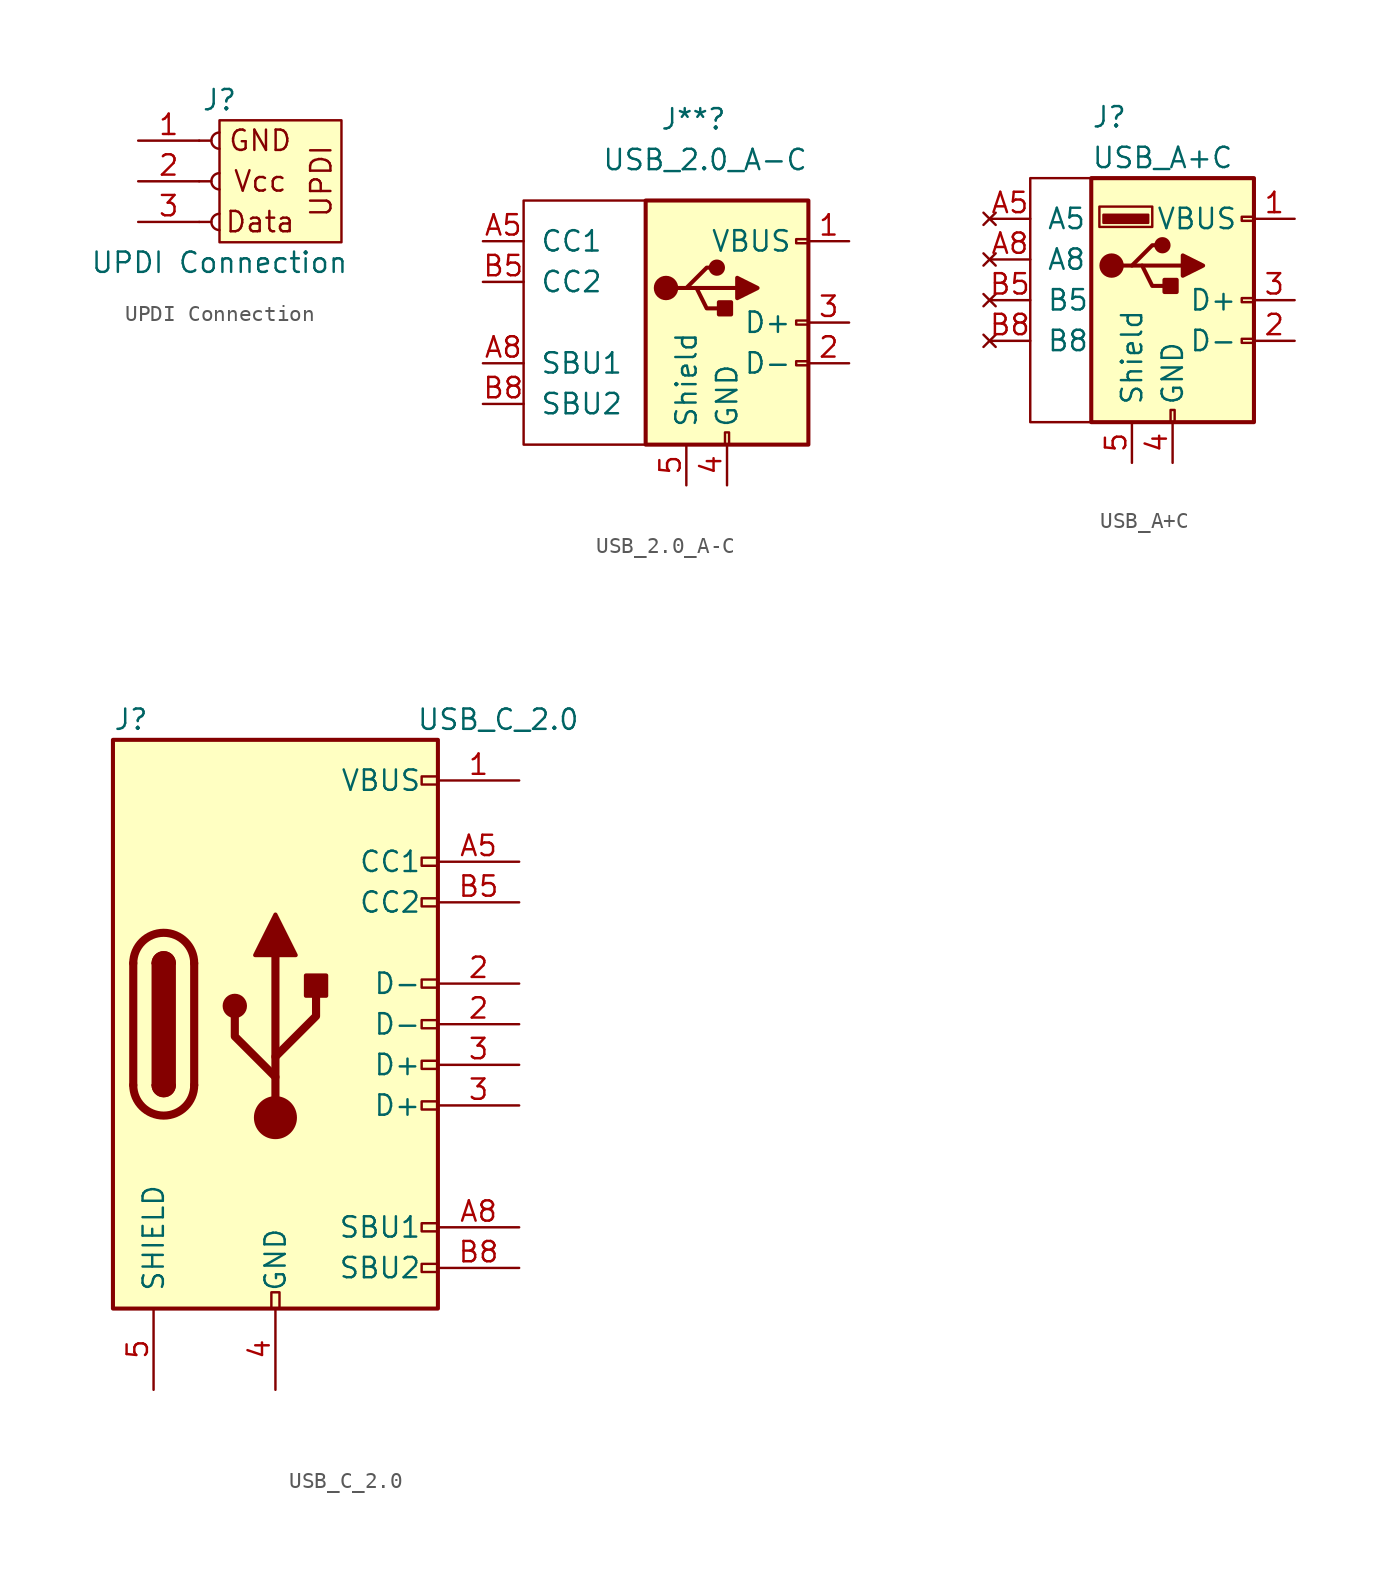
<source format=kicad_sym>
(kicad_symbol_lib
  (version 20211014)
  (generator kicad_symbol_editor)
  (symbol "UPDI Connection"
    (pin_names
      (offset 1.016) hide)
    (property "Reference" "J"
      (at 0 5.08 0)
      (effects (font (size 1.27 1.27))))
    (property "Value" "UPDI Connection"
      (at 0 -5.08 0)
      (effects (font (size 1.27 1.27))))
    (symbol "UPDI Connection_0_0"
      (text "Data" (at 2.54 -2.54 0) (effects (font (size 1.27 1.27))))
      (text "GND" (at 2.54 2.54 0) (effects (font (size 1.27 1.27))))
      (text "UPDI" (at 6.35 0 900) (effects (font (size 1.27 1.27))))
      (text "Vcc" (at 2.54 0 0) (effects (font (size 1.27 1.27)))))
    (symbol "UPDI Connection_0_1"
      (rectangle (start 7.62 3.81) (end 0 -3.81) (stroke (width 0) (type default) (color 0 0 0 0)) (fill (type background))))
    (symbol "UPDI Connection_1_1"
      (arc (start 0 -2.032) (mid -0.508 -2.54) (end 0 -3.048) (stroke (width 0.1524) (type default) (color 0 0 0 0)) (fill (type none)))
      (polyline (pts (xy -1.27 -2.54) (xy -0.508 -2.54)) (stroke (width 0.152) (type default) (color 0 0 0 0)) (fill (type none)))
      (polyline (pts (xy -1.27 0) (xy -0.508 0)) (stroke (width 0.152) (type default) (color 0 0 0 0)) (fill (type none)))
      (polyline (pts (xy -1.27 2.54) (xy -0.508 2.54)) (stroke (width 0.152) (type default) (color 0 0 0 0)) (fill (type none)))
      (arc (start 0 0.508) (mid -0.508 0) (end 0 -0.508) (stroke (width 0.1524) (type default) (color 0 0 0 0)) (fill (type none)))
      (arc (start 0 3.048) (mid -0.508 2.54) (end 0 2.032) (stroke (width 0.1524) (type default) (color 0 0 0 0)) (fill (type none)))
      (pin power_in line (at -5.08 2.54 0) (length 3.81) (name "Pin_1" (effects (font (size 1.27 1.27)))) (number "1" (effects (font (size 1.27 1.27)))))
      (pin power_in line (at -5.08 0 0) (length 3.81) (name "Pin_2" (effects (font (size 1.27 1.27)))) (number "2" (effects (font (size 1.27 1.27)))))
      (pin bidirectional line (at -5.08 -2.54 0) (length 3.81) (name "Pin_3" (effects (font (size 1.27 1.27)))) (number "3" (effects (font (size 1.27 1.27)))))))
  (symbol "USB_2.0_A-C"
    (pin_names
      (offset 1.016))
    (property "Reference" "J**"
      (at 1.27 12.7 0)
      (effects (font (size 1.27 1.27)) (justify right)))
    (property "Value" "USB_2.0_A-C"
      (at 6.35 10.16 0)
      (effects (font (size 1.27 1.27)) (justify right)))
    (symbol "USB_2.0_A-C_0_1"
      (rectangle (start -11.43 7.62) (end -3.81 -7.62) (stroke (width 0) (type default) (color 0 0 0 0)) (fill (type none)))
      (rectangle (start -3.81 -7.62) (end 6.35 7.62) (stroke (width 0.254) (type default) (color 0 0 0 0)) (fill (type background)))
      (circle (center -2.54 2.159) (radius 0.635) (stroke (width 0.254) (type default) (color 0 0 0 0)) (fill (type outline)))
      (polyline (pts (xy -1.905 2.159) (xy -1.27 2.159) (xy 0 3.429) (xy 0.635 3.429)) (stroke (width 0.254) (type default) (color 0 0 0 0)) (fill (type none)))
      (polyline (pts (xy -1.27 2.159) (xy -0.635 2.159) (xy 0 0.889) (xy 1.27 0.889)) (stroke (width 0.254) (type default) (color 0 0 0 0)) (fill (type none)))
      (polyline (pts (xy 1.905 2.794) (xy 1.905 1.524) (xy 3.175 2.159) (xy 1.905 2.794)) (stroke (width 0.254) (type default) (color 0 0 0 0)) (fill (type outline)))
      (circle (center 0.635 3.429) (radius 0.381) (stroke (width 0.254) (type default) (color 0 0 0 0)) (fill (type outline)))
      (rectangle (start 1.143 -7.62) (end 1.397 -6.858) (stroke (width 0) (type default) (color 0 0 0 0)) (fill (type none)))
      (rectangle (start 1.524 1.27) (end 0.762 0.508) (stroke (width 0.254) (type default) (color 0 0 0 0)) (fill (type outline)))
      (rectangle (start 6.35 -2.667) (end 5.588 -2.413) (stroke (width 0) (type default) (color 0 0 0 0)) (fill (type none)))
      (rectangle (start 6.35 -0.127) (end 5.588 0.127) (stroke (width 0) (type default) (color 0 0 0 0)) (fill (type none)))
      (rectangle (start 6.35 4.953) (end 5.588 5.207) (stroke (width 0) (type default) (color 0 0 0 0)) (fill (type none))))
    (symbol "USB_2.0_A-C_1_1"
      (polyline (pts (xy -0.635 2.159) (xy 1.905 2.159)) (stroke (width 0.254) (type default) (color 0 0 0 0)) (fill (type none)))
      (pin power_in line (at 8.89 5.08 180) (length 2.54) (name "VBUS" (effects (font (size 1.27 1.27)))) (number "1" (effects (font (size 1.27 1.27)))))
      (pin bidirectional line (at 8.89 -2.54 180) (length 2.54) (name "D-" (effects (font (size 1.27 1.27)))) (number "2" (effects (font (size 1.27 1.27)))))
      (pin bidirectional line (at 8.89 0 180) (length 2.54) (name "D+" (effects (font (size 1.27 1.27)))) (number "3" (effects (font (size 1.27 1.27)))))
      (pin power_in line (at 1.27 -10.16 90) (length 2.54) (name "GND" (effects (font (size 1.27 1.27)))) (number "4" (effects (font (size 1.27 1.27)))))
      (pin passive line (at -1.27 -10.16 90) (length 2.54) (name "Shield" (effects (font (size 1.27 1.27)))) (number "5" (effects (font (size 1.27 1.27)))))
      (pin bidirectional line (at -13.97 5.08 0) (length 2.54) (name "CC1" (effects (font (size 1.27 1.27)))) (number "A5" (effects (font (size 1.27 1.27)))))
      (pin bidirectional line (at -13.97 -2.54 0) (length 2.54) (name "SBU1" (effects (font (size 1.27 1.27)))) (number "A8" (effects (font (size 1.27 1.27)))))
      (pin bidirectional line (at -13.97 2.54 0) (length 2.54) (name "CC2" (effects (font (size 1.27 1.27)))) (number "B5" (effects (font (size 1.27 1.27)))))
      (pin bidirectional line (at -13.97 -5.08 0) (length 2.54) (name "SBU2" (effects (font (size 1.27 1.27)))) (number "B8" (effects (font (size 1.27 1.27)))))))
  (symbol "USB_A+C"
    (pin_names
      (offset 1.016))
    (property "Reference" "J"
      (at -5.08 11.43 0)
      (effects (font (size 1.27 1.27)) (justify left)))
    (property "Value" "USB_A+C"
      (at -5.08 8.89 0)
      (effects (font (size 1.27 1.27)) (justify left)))
    (symbol "USB_A+C_0_1"
      (rectangle (start -8.89 7.62) (end -5.08 -7.62) (stroke (width 0) (type default) (color 0 0 0 0)) (fill (type none)))
      (rectangle (start -5.08 -7.62) (end 5.08 7.62) (stroke (width 0.254) (type default) (color 0 0 0 0)) (fill (type background)))
      (circle (center -3.81 2.159) (radius 0.635) (stroke (width 0.254) (type default) (color 0 0 0 0)) (fill (type outline)))
      (rectangle (start -1.524 4.826) (end -4.318 5.334) (stroke (width 0) (type default) (color 0 0 0 0)) (fill (type outline)))
      (rectangle (start -1.27 4.572) (end -4.572 5.842) (stroke (width 0) (type default) (color 0 0 0 0)) (fill (type none)))
      (circle (center -0.635 3.429) (radius 0.381) (stroke (width 0.254) (type default) (color 0 0 0 0)) (fill (type outline)))
      (rectangle (start -0.127 -7.62) (end 0.127 -6.858) (stroke (width 0) (type default) (color 0 0 0 0)) (fill (type none)))
      (polyline (pts (xy -3.175 2.159) (xy -2.54 2.159) (xy -1.27 3.429) (xy -0.635 3.429)) (stroke (width 0.254) (type default) (color 0 0 0 0)) (fill (type none)))
      (polyline (pts (xy -2.54 2.159) (xy -1.905 2.159) (xy -1.27 0.889) (xy 0 0.889)) (stroke (width 0.254) (type default) (color 0 0 0 0)) (fill (type none)))
      (polyline (pts (xy 0.635 2.794) (xy 0.635 1.524) (xy 1.905 2.159) (xy 0.635 2.794)) (stroke (width 0.254) (type default) (color 0 0 0 0)) (fill (type outline)))
      (rectangle (start 0.254 1.27) (end -0.508 0.508) (stroke (width 0.254) (type default) (color 0 0 0 0)) (fill (type outline)))
      (rectangle (start 5.08 -2.667) (end 4.318 -2.413) (stroke (width 0) (type default) (color 0 0 0 0)) (fill (type none)))
      (rectangle (start 5.08 -0.127) (end 4.318 0.127) (stroke (width 0) (type default) (color 0 0 0 0)) (fill (type none)))
      (rectangle (start 5.08 4.953) (end 4.318 5.207) (stroke (width 0) (type default) (color 0 0 0 0)) (fill (type none))))
    (symbol "USB_A+C_1_1"
      (polyline (pts (xy -1.905 2.159) (xy 0.635 2.159)) (stroke (width 0.254) (type default) (color 0 0 0 0)) (fill (type none)))
      (pin power_in line (at 7.62 5.08 180) (length 2.54) (name "VBUS" (effects (font (size 1.27 1.27)))) (number "1" (effects (font (size 1.27 1.27)))))
      (pin bidirectional line (at 7.62 -2.54 180) (length 2.54) (name "D-" (effects (font (size 1.27 1.27)))) (number "2" (effects (font (size 1.27 1.27)))))
      (pin bidirectional line (at 7.62 0 180) (length 2.54) (name "D+" (effects (font (size 1.27 1.27)))) (number "3" (effects (font (size 1.27 1.27)))))
      (pin power_in line (at 0 -10.16 90) (length 2.54) (name "GND" (effects (font (size 1.27 1.27)))) (number "4" (effects (font (size 1.27 1.27)))))
      (pin passive line (at -2.54 -10.16 90) (length 2.54) (name "Shield" (effects (font (size 1.27 1.27)))) (number "5" (effects (font (size 1.27 1.27)))))
      (pin no_connect line (at -11.43 5.08 0) (length 2.54) (name "A5" (effects (font (size 1.27 1.27)))) (number "A5" (effects (font (size 1.27 1.27)))))
      (pin no_connect line (at -11.43 2.54 0) (length 2.54) (name "A8" (effects (font (size 1.27 1.27)))) (number "A8" (effects (font (size 1.27 1.27)))))
      (pin no_connect line (at -11.43 0 0) (length 2.54) (name "B5" (effects (font (size 1.27 1.27)))) (number "B5" (effects (font (size 1.27 1.27)))))
      (pin no_connect line (at -11.43 -2.54 0) (length 2.54) (name "B8" (effects (font (size 1.27 1.27)))) (number "B8" (effects (font (size 1.27 1.27)))))))
  (symbol "USB_C_2.0"
    (pin_names
      (offset 1.016))
    (property "Reference" "J"
      (at -10.16 19.05 0)
      (effects (font (size 1.27 1.27)) (justify left)))
    (property "Value" "USB_C_2.0"
      (at 19.05 19.05 0)
      (effects (font (size 1.27 1.27)) (justify right)))
    (symbol "USB_C_2.0_0_0"
      (rectangle (start -0.254 -17.78) (end 0.254 -16.764) (stroke (width 0) (type default) (color 0 0 0 0)) (fill (type none)))
      (rectangle (start 10.16 -14.986) (end 9.144 -15.494) (stroke (width 0) (type default) (color 0 0 0 0)) (fill (type none)))
      (rectangle (start 10.16 -12.446) (end 9.144 -12.954) (stroke (width 0) (type default) (color 0 0 0 0)) (fill (type none)))
      (rectangle (start 10.16 -4.826) (end 9.144 -5.334) (stroke (width 0) (type default) (color 0 0 0 0)) (fill (type none)))
      (rectangle (start 10.16 -2.286) (end 9.144 -2.794) (stroke (width 0) (type default) (color 0 0 0 0)) (fill (type none)))
      (rectangle (start 10.16 0.254) (end 9.144 -0.254) (stroke (width 0) (type default) (color 0 0 0 0)) (fill (type none)))
      (rectangle (start 10.16 2.794) (end 9.144 2.286) (stroke (width 0) (type default) (color 0 0 0 0)) (fill (type none)))
      (rectangle (start 10.16 7.874) (end 9.144 7.366) (stroke (width 0) (type default) (color 0 0 0 0)) (fill (type none)))
      (rectangle (start 10.16 10.414) (end 9.144 9.906) (stroke (width 0) (type default) (color 0 0 0 0)) (fill (type none)))
      (rectangle (start 10.16 15.494) (end 9.144 14.986) (stroke (width 0) (type default) (color 0 0 0 0)) (fill (type none))))
    (symbol "USB_C_2.0_0_1"
      (rectangle (start -10.16 17.78) (end 10.16 -17.78) (stroke (width 0.254) (type default) (color 0 0 0 0)) (fill (type background)))
      (arc (start -8.89 -3.81) (mid -6.985 -5.715) (end -5.08 -3.81) (stroke (width 0.508) (type default) (color 0 0 0 0)) (fill (type none)))
      (arc (start -7.62 -3.81) (mid -6.985 -4.445) (end -6.35 -3.81) (stroke (width 0.254) (type default) (color 0 0 0 0)) (fill (type none)))
      (arc (start -7.62 -3.81) (mid -6.985 -4.445) (end -6.35 -3.81) (stroke (width 0.254) (type default) (color 0 0 0 0)) (fill (type outline)))
      (rectangle (start -7.62 -3.81) (end -6.35 3.81) (stroke (width 0.254) (type default) (color 0 0 0 0)) (fill (type outline)))
      (arc (start -6.35 3.81) (mid -6.985 4.445) (end -7.62 3.81) (stroke (width 0.254) (type default) (color 0 0 0 0)) (fill (type none)))
      (arc (start -6.35 3.81) (mid -6.985 4.445) (end -7.62 3.81) (stroke (width 0.254) (type default) (color 0 0 0 0)) (fill (type outline)))
      (arc (start -5.08 3.81) (mid -6.985 5.715) (end -8.89 3.81) (stroke (width 0.508) (type default) (color 0 0 0 0)) (fill (type none)))
      (circle (center -2.54 1.143) (radius 0.635) (stroke (width 0.254) (type default) (color 0 0 0 0)) (fill (type outline)))
      (circle (center 0 -5.842) (radius 1.27) (stroke (width 0) (type default) (color 0 0 0 0)) (fill (type outline)))
      (polyline (pts (xy -8.89 -3.81) (xy -8.89 3.81)) (stroke (width 0.508) (type default) (color 0 0 0 0)) (fill (type none)))
      (polyline (pts (xy -5.08 3.81) (xy -5.08 -3.81)) (stroke (width 0.508) (type default) (color 0 0 0 0)) (fill (type none)))
      (polyline (pts (xy 0 -5.842) (xy 0 4.318)) (stroke (width 0.508) (type default) (color 0 0 0 0)) (fill (type none)))
      (polyline (pts (xy 0 -3.302) (xy -2.54 -0.762) (xy -2.54 0.508)) (stroke (width 0.508) (type default) (color 0 0 0 0)) (fill (type none)))
      (polyline (pts (xy 0 -2.032) (xy 2.54 0.508) (xy 2.54 1.778)) (stroke (width 0.508) (type default) (color 0 0 0 0)) (fill (type none)))
      (polyline (pts (xy -1.27 4.318) (xy 0 6.858) (xy 1.27 4.318) (xy -1.27 4.318)) (stroke (width 0.254) (type default) (color 0 0 0 0)) (fill (type outline)))
      (rectangle (start 1.905 1.778) (end 3.175 3.048) (stroke (width 0.254) (type default) (color 0 0 0 0)) (fill (type outline))))
    (symbol "USB_C_2.0_1_1"
      (pin passive line (at 15.24 15.24 180) (length 5.08) (name "VBUS" (effects (font (size 1.27 1.27)))) (number "1" (effects (font (size 1.27 1.27)))))
      (pin bidirectional line (at 15.24 0 180) (length 5.08) (name "D-" (effects (font (size 1.27 1.27)))) (number "2" (effects (font (size 1.27 1.27)))))
      (pin bidirectional line (at 15.24 2.54 180) (length 5.08) (name "D-" (effects (font (size 1.27 1.27)))) (number "2" (effects (font (size 1.27 1.27)))))
      (pin bidirectional line (at 15.24 -5.08 180) (length 5.08) (name "D+" (effects (font (size 1.27 1.27)))) (number "3" (effects (font (size 1.27 1.27)))))
      (pin bidirectional line (at 15.24 -2.54 180) (length 5.08) (name "D+" (effects (font (size 1.27 1.27)))) (number "3" (effects (font (size 1.27 1.27)))))
      (pin passive line (at 0 -22.86 90) (length 5.08) (name "GND" (effects (font (size 1.27 1.27)))) (number "4" (effects (font (size 1.27 1.27)))))
      (pin passive line (at -7.62 -22.86 90) (length 5.08) (name "SHIELD" (effects (font (size 1.27 1.27)))) (number "5" (effects (font (size 1.27 1.27)))))
      (pin bidirectional line (at 15.24 10.16 180) (length 5.08) (name "CC1" (effects (font (size 1.27 1.27)))) (number "A5" (effects (font (size 1.27 1.27)))))
      (pin bidirectional line (at 15.24 -12.7 180) (length 5.08) (name "SBU1" (effects (font (size 1.27 1.27)))) (number "A8" (effects (font (size 1.27 1.27)))))
      (pin bidirectional line (at 15.24 7.62 180) (length 5.08) (name "CC2" (effects (font (size 1.27 1.27)))) (number "B5" (effects (font (size 1.27 1.27)))))
      (pin bidirectional line (at 15.24 -15.24 180) (length 5.08) (name "SBU2" (effects (font (size 1.27 1.27)))) (number "B8" (effects (font (size 1.27 1.27))))))))
</source>
